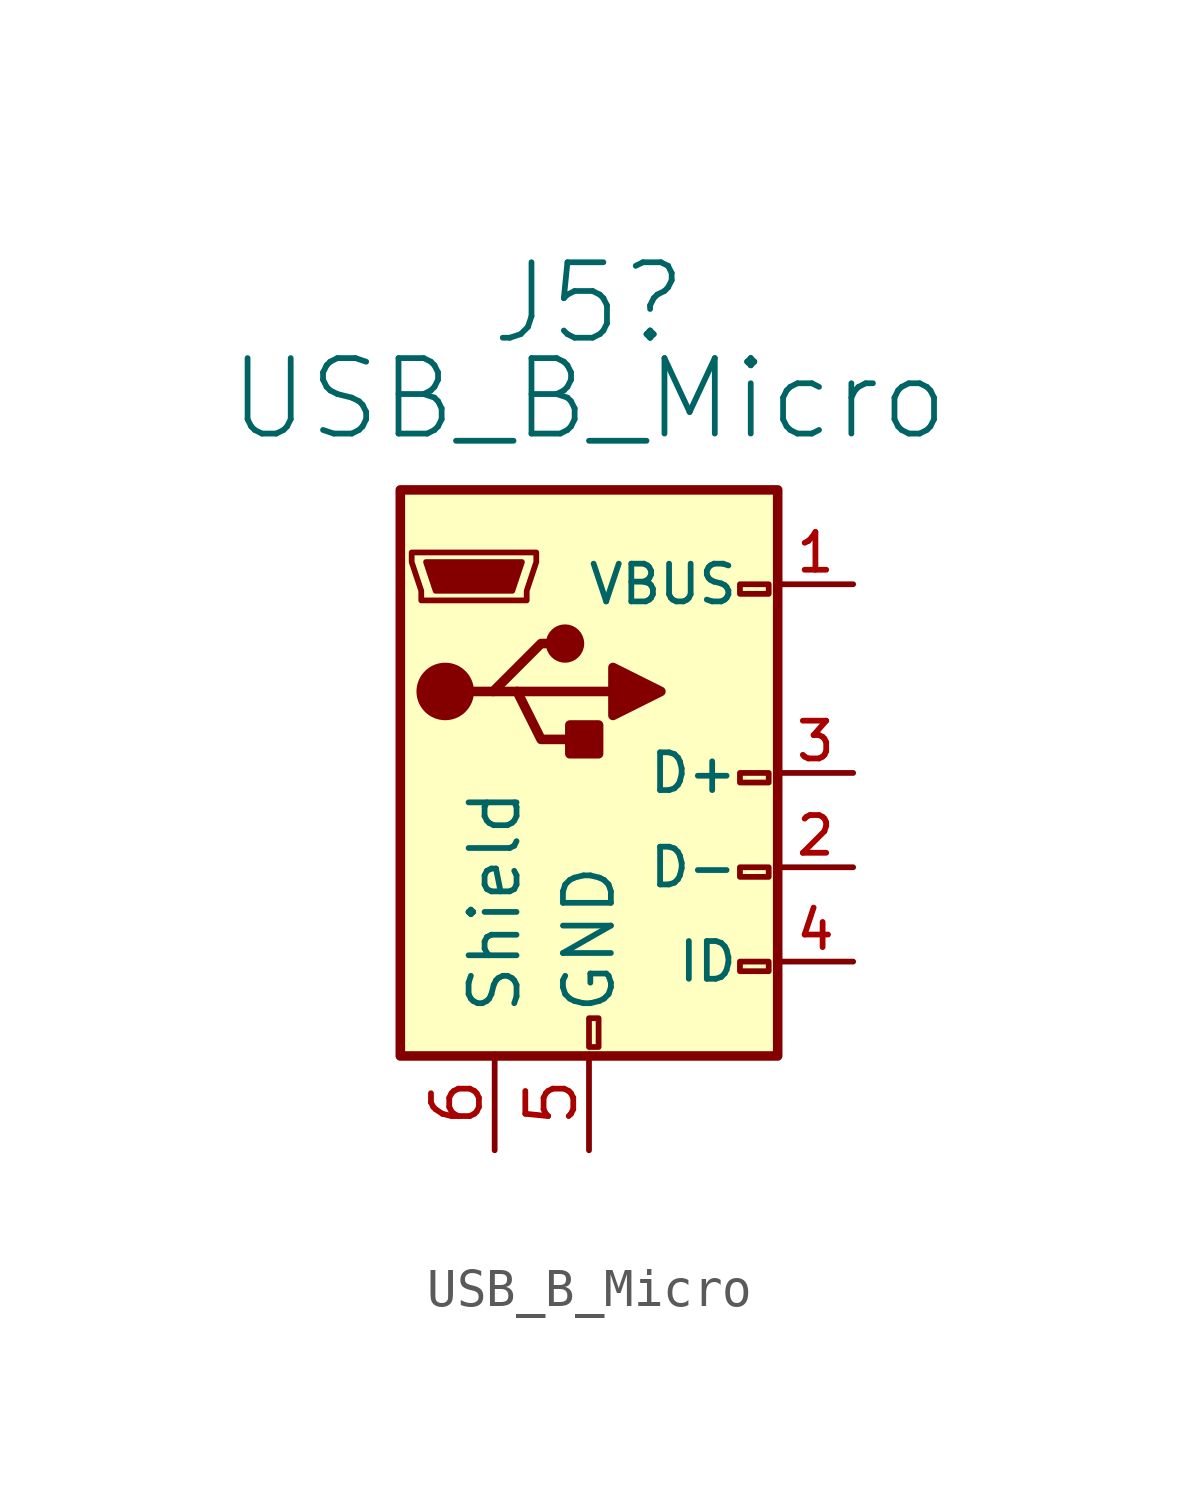
<source format=kicad_sym>
(kicad_symbol_lib
  (version 20220914)
  (generator kicad_symbol_editor)
  (symbol "USB_B_Micro"
    (pin_names
      (offset 1.016))
    (property "Reference" "J5"
      (at 0 12.45 0)
      (effects (font (size 2 2))))
    (property "Value" "USB_B_Micro"
      (at 0 9.91 0)
      (effects (font (size 2 2))))
    (symbol "USB_B_Micro_0_1"
      (rectangle (start -5 7.5) (end 5 -7.5) (stroke (width 0.254) (type default)) (fill (type background)))
      (circle (center -3.81 2.159) (radius 0.635) (stroke (width 0.254) (type default)) (fill (type outline)))
      (circle (center -0.635 3.429) (radius 0.381) (stroke (width 0.254) (type default)) (fill (type outline)))
      (rectangle (start 0 -6.5) (end 0.254 -7.262) (stroke (width 0) (type default)) (fill (type none)))
      (polyline (pts (xy -1.905 2.159) (xy 0.635 2.159)) (stroke (width 0.254) (type default)) (fill (type none)))
      (polyline (pts (xy -3.175 2.159) (xy -2.54 2.159) (xy -1.27 3.429) (xy -0.635 3.429)) (stroke (width 0.254) (type default)) (fill (type none)))
      (polyline (pts (xy -2.54 2.159) (xy -1.905 2.159) (xy -1.27 0.889) (xy 0 0.889)) (stroke (width 0.254) (type default)) (fill (type none)))
      (polyline (pts (xy 0.635 2.794) (xy 0.635 1.524) (xy 1.905 2.159) (xy 0.635 2.794)) (stroke (width 0.254) (type default)) (fill (type outline)))
      (polyline (pts (xy -4.318 5.588) (xy -1.778 5.588) (xy -2.032 4.826) (xy -4.064 4.826) (xy -4.318 5.588)) (stroke (width 0) (type default)) (fill (type outline)))
      (polyline (pts (xy -4.699 5.842) (xy -4.699 5.588) (xy -4.445 4.826) (xy -4.445 4.572) (xy -1.651 4.572) (xy -1.651 4.826) (xy -1.397 5.588) (xy -1.397 5.842) (xy -4.699 5.842)) (stroke (width 0) (type default)) (fill (type none)))
      (rectangle (start 0.254 1.27) (end -0.508 0.508) (stroke (width 0.254) (type default)) (fill (type outline)))
      (rectangle (start 4 -5) (end 4.762 -5.254) (stroke (width 0) (type default)) (fill (type none)))
      (rectangle (start 4 -2.5) (end 4.762 -2.754) (stroke (width 0) (type default)) (fill (type none)))
      (rectangle (start 4 0) (end 4.762 -0.254) (stroke (width 0) (type default)) (fill (type none)))
      (rectangle (start 4 5) (end 4.762 4.746) (stroke (width 0) (type default)) (fill (type none))))
    (symbol "USB_B_Micro_1_1"
      (pin power_out line (at 7 5 180) (length 2) (name "VBUS" (effects (font (size 1 1)))) (number "1" (effects (font (size 1 1)))))
      (pin bidirectional line (at 7 -2.5 180) (length 2) (name "D-" (effects (font (size 1 1)))) (number "2" (effects (font (size 1 1)))))
      (pin bidirectional line (at 7 0 180) (length 2) (name "D+" (effects (font (size 1 1)))) (number "3" (effects (font (size 1 1)))))
      (pin passive line (at 7 -5 180) (length 2) (name "ID" (effects (font (size 1 1)))) (number "4" (effects (font (size 1 1)))))
      (pin power_out line (at 0 -10 90) (length 2.54) (name "GND" (effects (font (size 1.27 1.27)))) (number "5" (effects (font (size 1.27 1.27)))))
      (pin passive line (at -2.5 -10 90) (length 2.54) (name "Shield" (effects (font (size 1.27 1.27)))) (number "6" (effects (font (size 1.27 1.27))))))))
</source>
